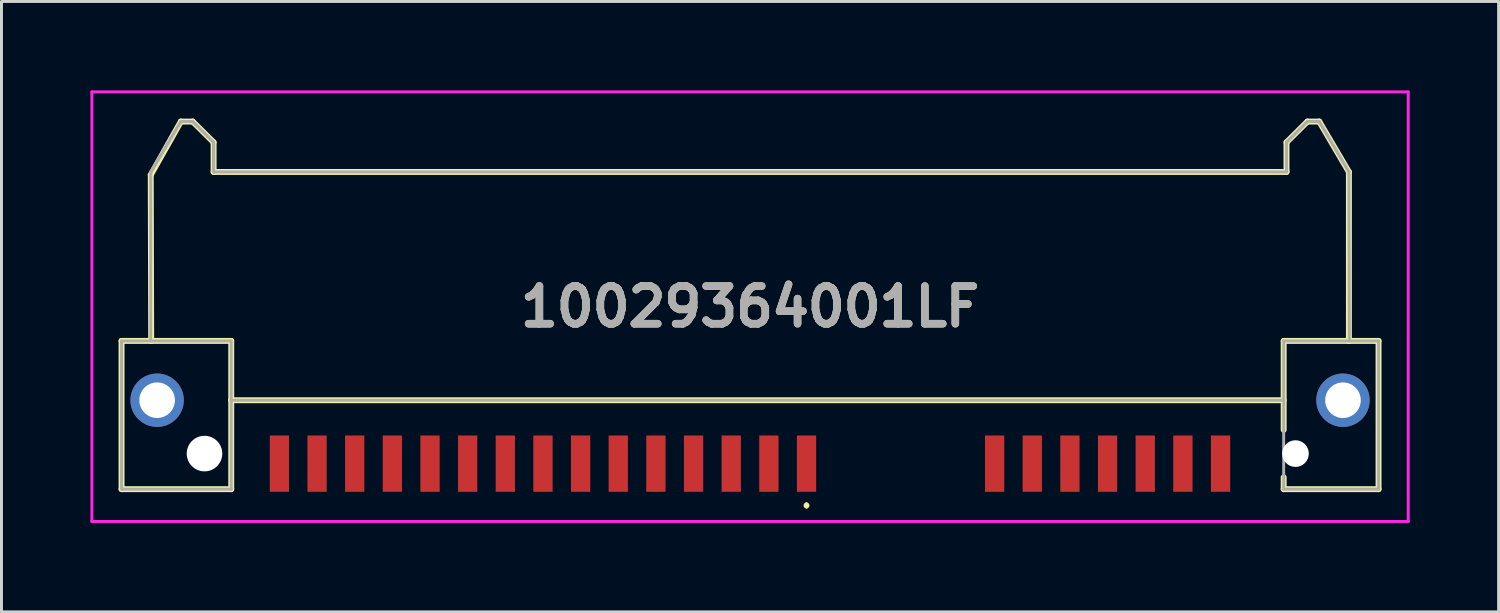
<source format=kicad_pcb>
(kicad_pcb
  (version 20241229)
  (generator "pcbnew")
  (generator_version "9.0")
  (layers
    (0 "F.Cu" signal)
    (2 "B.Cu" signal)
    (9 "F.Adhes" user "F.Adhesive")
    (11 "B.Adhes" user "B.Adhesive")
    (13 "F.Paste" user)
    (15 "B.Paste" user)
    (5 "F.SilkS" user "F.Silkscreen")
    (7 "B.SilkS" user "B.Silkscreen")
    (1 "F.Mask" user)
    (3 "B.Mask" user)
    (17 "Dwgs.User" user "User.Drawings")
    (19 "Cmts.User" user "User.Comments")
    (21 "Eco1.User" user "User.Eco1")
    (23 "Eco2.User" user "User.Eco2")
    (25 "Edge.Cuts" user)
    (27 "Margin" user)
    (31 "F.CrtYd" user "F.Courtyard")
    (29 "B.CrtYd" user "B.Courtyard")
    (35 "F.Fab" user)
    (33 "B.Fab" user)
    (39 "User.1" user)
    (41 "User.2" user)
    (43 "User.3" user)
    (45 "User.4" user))
  (footprint "10029364001LF"
    (layer "F.Cu")
    (at 22.25 7.25)
    (property "Reference" "10029364001LF" (at 0 0.045 0) (layer "F.SilkS") (effects (font (size 1.27 1.27) (thickness 0.254))))
    (attr through_hole)
    (fp_line (start -21.2 1.2) (end -20.2 1.2) (stroke (width 0.2) (type solid)) (layer "F.SilkS"))
    (fp_line (start -21.2 6.2) (end -21.2 1.2) (stroke (width 0.2) (type solid)) (layer "F.SilkS"))
    (fp_line (start -20.215 -4.4) (end -19.2 -6.2) (stroke (width 0.2) (type solid)) (layer "F.SilkS"))
    (fp_line (start -20.2 1.2) (end -20.215 -4.4) (stroke (width 0.2) (type solid)) (layer "F.SilkS"))
    (fp_line (start -19.2 -6.2) (end -18.8 -6.2) (stroke (width 0.2) (type solid)) (layer "F.SilkS"))
    (fp_line (start -18.8 -6.2) (end -18.095 -5.5) (stroke (width 0.2) (type solid)) (layer "F.SilkS"))
    (fp_line (start -18.095 -5.5) (end -18.095 -4.5) (stroke (width 0.2) (type solid)) (layer "F.SilkS"))
    (fp_line (start -18.095 -4.5) (end 18.095 -4.5) (stroke (width 0.2) (type solid)) (layer "F.SilkS"))
    (fp_line (start -17.5 1.2) (end -20.2 1.2) (stroke (width 0.2) (type solid)) (layer "F.SilkS"))
    (fp_line (start -17.5 3.2) (end -17.5 1.2) (stroke (width 0.2) (type solid)) (layer "F.SilkS"))
    (fp_line (start -17.5 3.2) (end -17.5 6.2) (stroke (width 0.2) (type solid)) (layer "F.SilkS"))
    (fp_line (start -17.5 6.2) (end -21.2 6.2) (stroke (width 0.2) (type solid)) (layer "F.SilkS"))
    (fp_line (start 1.905 6.7) (end 1.905 6.7) (stroke (width 0.1) (type solid)) (layer "F.SilkS"))
    (fp_line (start 1.905 6.8) (end 1.905 6.8) (stroke (width 0.1) (type solid)) (layer "F.SilkS"))
    (fp_line (start 18 1.2) (end 18 4.2) (stroke (width 0.2) (type solid)) (layer "F.SilkS"))
    (fp_line (start 18 3.2) (end -17.5 3.2) (stroke (width 0.2) (type solid)) (layer "F.SilkS"))
    (fp_line (start 18 6.2) (end 18 5.8) (stroke (width 0.2) (type solid)) (layer "F.SilkS"))
    (fp_line (start 18.095 -5.5) (end 18.8 -6.2) (stroke (width 0.2) (type solid)) (layer "F.SilkS"))
    (fp_line (start 18.095 -4.5) (end 18.095 -5.5) (stroke (width 0.2) (type solid)) (layer "F.SilkS"))
    (fp_line (start 18.8 -6.2) (end 19.2 -6.2) (stroke (width 0.2) (type solid)) (layer "F.SilkS"))
    (fp_line (start 19.2 -6.2) (end 20.2 -4.5) (stroke (width 0.2) (type solid)) (layer "F.SilkS"))
    (fp_line (start 20.2 -4.5) (end 20.2 1.2) (stroke (width 0.2) (type solid)) (layer "F.SilkS"))
    (fp_line (start 20.2 1.2) (end 18 1.2) (stroke (width 0.2) (type solid)) (layer "F.SilkS"))
    (fp_line (start 20.2 1.2) (end 21.2 1.2) (stroke (width 0.2) (type solid)) (layer "F.SilkS"))
    (fp_line (start 21.2 1.2) (end 21.2 6.2) (stroke (width 0.2) (type solid)) (layer "F.SilkS"))
    (fp_line (start 21.2 6.2) (end 18 6.2) (stroke (width 0.2) (type solid)) (layer "F.SilkS"))
    (fp_arc (start 1.905 6.7) (mid 1.955 6.75) (end 1.905 6.8) (stroke (width 0.1) (type solid)) (layer "F.SilkS"))
    (fp_arc (start 1.905 6.8) (mid 1.855 6.75) (end 1.905 6.7) (stroke (width 0.1) (type solid)) (layer "F.SilkS"))
    (fp_line (start -22.2 -7.2) (end 22.2 -7.2) (stroke (width 0.1) (type solid)) (layer "F.CrtYd"))
    (fp_line (start -22.2 7.29) (end -22.2 -7.2) (stroke (width 0.1) (type solid)) (layer "F.CrtYd"))
    (fp_line (start 22.2 -7.2) (end 22.2 7.29) (stroke (width 0.1) (type solid)) (layer "F.CrtYd"))
    (fp_line (start 22.2 7.29) (end -22.2 7.29) (stroke (width 0.1) (type solid)) (layer "F.CrtYd"))
    (fp_line (start -21.2 1.2) (end -17.5 1.2) (stroke (width 0.1) (type solid)) (layer "F.Fab"))
    (fp_line (start -21.2 6.2) (end -21.2 1.2) (stroke (width 0.1) (type solid)) (layer "F.Fab"))
    (fp_line (start -21.2 6.2) (end -17.5 6.2) (stroke (width 0.1) (type solid)) (layer "F.Fab"))
    (fp_line (start -20.215 -4.5) (end -19.2 -6.2) (stroke (width 0.1) (type solid)) (layer "F.Fab"))
    (fp_line (start -20.215 1.2) (end -20.215 -4.5) (stroke (width 0.1) (type solid)) (layer "F.Fab"))
    (fp_line (start -20.2 -4.5) (end -19.2 -6.2) (stroke (width 0.1) (type solid)) (layer "F.Fab"))
    (fp_line (start -19.2 -6.2) (end -18.8 -6.2) (stroke (width 0.1) (type solid)) (layer "F.Fab"))
    (fp_line (start -19.2 -6.2) (end -18.8 -6.2) (stroke (width 0.1) (type solid)) (layer "F.Fab"))
    (fp_line (start -18.8 -6.2) (end -18.095 -5.5) (stroke (width 0.1) (type solid)) (layer "F.Fab"))
    (fp_line (start -18.8 -6.2) (end -18.095 -5.5) (stroke (width 0.1) (type solid)) (layer "F.Fab"))
    (fp_line (start -18.095 -5.5) (end -18.095 -4.5) (stroke (width 0.1) (type solid)) (layer "F.Fab"))
    (fp_line (start -18.095 -5.5) (end -18.095 -4.5) (stroke (width 0.1) (type solid)) (layer "F.Fab"))
    (fp_line (start -18.095 -4.5) (end 18.095 -4.5) (stroke (width 0.1) (type solid)) (layer "F.Fab"))
    (fp_line (start -17.5 1.2) (end -17.5 3.2) (stroke (width 0.1) (type solid)) (layer "F.Fab"))
    (fp_line (start -17.5 3.2) (end 18 3.2) (stroke (width 0.1) (type solid)) (layer "F.Fab"))
    (fp_line (start -17.5 6.2) (end -17.5 3.2) (stroke (width 0.1) (type solid)) (layer "F.Fab"))
    (fp_line (start 18 1.2) (end 21.2 1.2) (stroke (width 0.1) (type solid)) (layer "F.Fab"))
    (fp_line (start 18 3.2) (end 18 1.2) (stroke (width 0.1) (type solid)) (layer "F.Fab"))
    (fp_line (start 18 6.2) (end 18 3.2) (stroke (width 0.1) (type solid)) (layer "F.Fab"))
    (fp_line (start 18.095 -5.5) (end 18.095 -4.5) (stroke (width 0.1) (type solid)) (layer "F.Fab"))
    (fp_line (start 18.095 -5.5) (end 18.8 -6.2) (stroke (width 0.1) (type solid)) (layer "F.Fab"))
    (fp_line (start 18.095 -4.5) (end 18.095 -5.5) (stroke (width 0.1) (type solid)) (layer "F.Fab"))
    (fp_line (start 18.8 -6.2) (end 18.095 -5.5) (stroke (width 0.1) (type solid)) (layer "F.Fab"))
    (fp_line (start 18.8 -6.2) (end 19.2 -6.2) (stroke (width 0.1) (type solid)) (layer "F.Fab"))
    (fp_line (start 19.2 -6.2) (end 18.8 -6.2) (stroke (width 0.1) (type solid)) (layer "F.Fab"))
    (fp_line (start 19.2 -6.2) (end 20.2 -4.5) (stroke (width 0.1) (type solid)) (layer "F.Fab"))
    (fp_line (start 20.2 -4.5) (end 19.2 -6.2) (stroke (width 0.1) (type solid)) (layer "F.Fab"))
    (fp_line (start 20.2 -4.5) (end 20.215 1.2) (stroke (width 0.1) (type solid)) (layer "F.Fab"))
    (fp_line (start 21.2 1.2) (end 21.2 6.2) (stroke (width 0.1) (type solid)) (layer "F.Fab"))
    (fp_line (start 21.2 6.2) (end 18 6.2) (stroke (width 0.1) (type solid)) (layer "F.Fab"))
    (fp_text user "${REFERENCE}" (at 0 0.045 0) (layer "F.Fab") (effects (font (size 1.27 1.27) (thickness 0.254))))
    (pad "" np_thru_hole circle (at -18.402 5) (size 1.2 1.2) (drill 1.2) (layers "*.Cu" "*.Mask"))
    (pad "" np_thru_hole circle (at 18.398 5) (size 0.9 0.9) (drill 0.9) (layers "*.Cu" "*.Mask"))
    (pad "MH1" thru_hole circle (at 20 3.2) (size 1.8 1.8) (drill 1.2) (layers "*.Cu" "*.Mask"))
    (pad "MH2" thru_hole circle (at -20 3.2) (size 1.8 1.8) (drill 1.2) (layers "*.Cu" "*.Mask"))
    (pad "P1" smd rect (at 1.905 5.34) (size 0.65 1.9) (layers "F.Cu" "F.Mask" "F.Paste"))
    (pad "P2" smd rect (at 0.635 5.34) (size 0.65 1.9) (layers "F.Cu" "F.Mask" "F.Paste"))
    (pad "P3" smd rect (at -0.635 5.34) (size 0.65 1.9) (layers "F.Cu" "F.Mask" "F.Paste"))
    (pad "P4" smd rect (at -1.905 5.34) (size 0.65 1.9) (layers "F.Cu" "F.Mask" "F.Paste"))
    (pad "P5" smd rect (at -3.175 5.34) (size 0.65 1.9) (layers "F.Cu" "F.Mask" "F.Paste"))
    (pad "P6" smd rect (at -4.445 5.34) (size 0.65 1.9) (layers "F.Cu" "F.Mask" "F.Paste"))
    (pad "P7" smd rect (at -5.715 5.34) (size 0.65 1.9) (layers "F.Cu" "F.Mask" "F.Paste"))
    (pad "P8" smd rect (at -6.985 5.34) (size 0.65 1.9) (layers "F.Cu" "F.Mask" "F.Paste"))
    (pad "P9" smd rect (at -8.255 5.34) (size 0.65 1.9) (layers "F.Cu" "F.Mask" "F.Paste"))
    (pad "P10" smd rect (at -9.525 5.34) (size 0.65 1.9) (layers "F.Cu" "F.Mask" "F.Paste"))
    (pad "P11" smd rect (at -10.795 5.34) (size 0.65 1.9) (layers "F.Cu" "F.Mask" "F.Paste"))
    (pad "P12" smd rect (at -12.065 5.34) (size 0.65 1.9) (layers "F.Cu" "F.Mask" "F.Paste"))
    (pad "P13" smd rect (at -13.335 5.34) (size 0.65 1.9) (layers "F.Cu" "F.Mask" "F.Paste"))
    (pad "P14" smd rect (at -14.605 5.34) (size 0.65 1.9) (layers "F.Cu" "F.Mask" "F.Paste"))
    (pad "P15" smd rect (at -15.875 5.34) (size 0.65 1.9) (layers "F.Cu" "F.Mask" "F.Paste"))
    (pad "S1" smd rect (at 15.87 5.34) (size 0.65 1.9) (layers "F.Cu" "F.Mask" "F.Paste"))
    (pad "S2" smd rect (at 14.6 5.34) (size 0.65 1.9) (layers "F.Cu" "F.Mask" "F.Paste"))
    (pad "S3" smd rect (at 13.33 5.34) (size 0.65 1.9) (layers "F.Cu" "F.Mask" "F.Paste"))
    (pad "S4" smd rect (at 12.06 5.34) (size 0.65 1.9) (layers "F.Cu" "F.Mask" "F.Paste"))
    (pad "S5" smd rect (at 10.79 5.34) (size 0.65 1.9) (layers "F.Cu" "F.Mask" "F.Paste"))
    (pad "S6" smd rect (at 9.52 5.34) (size 0.65 1.9) (layers "F.Cu" "F.Mask" "F.Paste"))
    (pad "S7" smd rect (at 8.25 5.34) (size 0.65 1.9) (layers "F.Cu" "F.Mask" "F.Paste")))
  (gr_rect
    (start -3 -3)
    (end 47.5 17.59)
    (stroke (width 0.1) (type default))
    (fill no)
    (layer "Edge.Cuts")))
</source>
